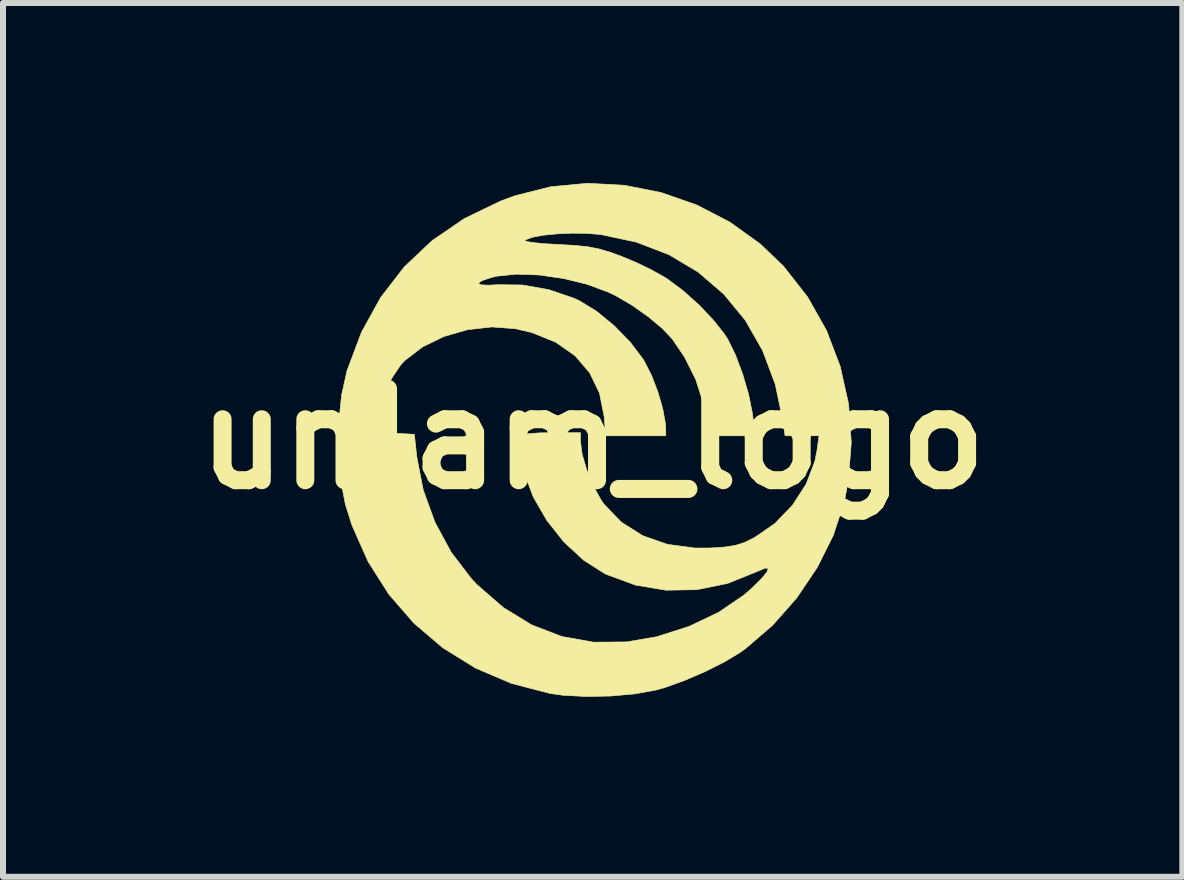
<source format=kicad_pcb>
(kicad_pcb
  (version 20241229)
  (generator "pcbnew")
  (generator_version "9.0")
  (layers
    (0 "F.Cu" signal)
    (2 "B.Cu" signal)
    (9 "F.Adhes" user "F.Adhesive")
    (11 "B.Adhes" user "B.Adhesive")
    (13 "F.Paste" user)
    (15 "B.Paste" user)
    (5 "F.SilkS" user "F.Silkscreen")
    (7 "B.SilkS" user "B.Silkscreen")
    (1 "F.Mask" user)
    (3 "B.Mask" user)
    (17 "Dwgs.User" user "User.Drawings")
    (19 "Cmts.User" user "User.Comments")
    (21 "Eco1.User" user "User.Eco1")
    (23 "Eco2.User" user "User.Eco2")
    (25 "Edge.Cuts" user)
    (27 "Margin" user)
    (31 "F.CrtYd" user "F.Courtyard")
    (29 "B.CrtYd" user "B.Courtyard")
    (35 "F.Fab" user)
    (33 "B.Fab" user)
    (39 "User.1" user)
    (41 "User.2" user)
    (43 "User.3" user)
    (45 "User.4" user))
  (footprint "unlam_logo"
    (layer "F.Cu")
    (at 6.829 4.265)
    (property "Reference" "unlam_logo" (at 0 0 0) (layer "F.SilkS") (effects (font (size 1.524 1.524) (thickness 0.3))))
    (attr through_hole)
    (fp_poly (pts (xy 0.535 -4.226) (xy 1.144 -4.105) (xy 1.731 -3.9) (xy 2.285 -3.614) (xy 2.792 -3.25) (xy 3.181 -2.878) (xy 3.582 -2.366) (xy 3.899 -1.804) (xy 4.127 -1.205) (xy 4.266 -0.579) (xy 4.311 0.063) (xy 4.26 0.709) (xy 4.191 1.062) (xy 4.011 1.609) (xy 3.743 2.145) (xy 3.402 2.651) (xy 3 3.107) (xy 2.552 3.493) (xy 2.454 3.563) (xy 2.194 3.72) (xy 1.874 3.88) (xy 1.533 4.027) (xy 1.211 4.143) (xy 1.052 4.188) (xy 0.705 4.251) (xy 0.304 4.287) (xy -0.11 4.295) (xy -0.496 4.274) (xy -0.711 4.244) (xy -1.356 4.076) (xy -1.953 3.821) (xy -2.497 3.484) (xy -2.981 3.071) (xy -3.399 2.589) (xy -3.745 2.043) (xy -4.013 1.439) (xy -4.122 1.092) (xy -4.202 0.68) (xy -4.239 0.215) (xy -4.233 -0.266) (xy -3.556 -0.266) (xy -3.552 -0.176) (xy -3.522 -0.127) (xy -3.443 -0.104) (xy -3.29 -0.093) (xy -3.264 -0.091) (xy -2.972 -0.076) (xy -2.931 0.305) (xy -2.824 0.853) (xy -2.629 1.39) (xy -2.358 1.891) (xy -2.02 2.333) (xy -1.931 2.428) (xy -1.488 2.813) (xy -1.015 3.102) (xy -0.513 3.295) (xy 0.014 3.389) (xy 0.564 3.385) (xy 1.07 3.298) (xy 1.61 3.125) (xy 2.1 2.891) (xy 2.522 2.604) (xy 2.643 2.499) (xy 2.812 2.333) (xy 2.907 2.218) (xy 2.927 2.158) (xy 2.871 2.155) (xy 2.74 2.212) (xy 2.25 2.41) (xy 1.74 2.514) (xy 1.223 2.523) (xy 0.714 2.438) (xy 0.225 2.258) (xy 0.203 2.248) (xy -0.15 2.023) (xy -0.478 1.72) (xy -0.764 1.36) (xy -0.992 0.965) (xy -1.144 0.557) (xy -1.183 0.383) (xy -1.215 0.175) (xy -1.216 0.037) (xy -1.171 -0.046) (xy -1.065 -0.086) (xy -0.883 -0.1) (xy -0.687 -0.102) (xy -0.203 -0.102) (xy -0.203 0.045) (xy -0.175 0.26) (xy -0.099 0.518) (xy 0.01 0.783) (xy 0.139 1.017) (xy 0.191 1.092) (xy 0.481 1.391) (xy 0.834 1.614) (xy 1.244 1.758) (xy 1.704 1.82) (xy 1.95 1.82) (xy 2.195 1.804) (xy 2.374 1.777) (xy 2.524 1.73) (xy 2.68 1.655) (xy 2.692 1.649) (xy 3.038 1.411) (xy 3.331 1.106) (xy 3.558 0.755) (xy 3.703 0.375) (xy 3.74 0.189) (xy 3.773 -0.051) (xy 3.207 -0.051) (xy 3.173 -0.292) (xy 3.043 -0.911) (xy 2.831 -1.475) (xy 2.544 -1.977) (xy 2.185 -2.413) (xy 1.759 -2.779) (xy 1.271 -3.07) (xy 0.725 -3.28) (xy 0.131 -3.406) (xy -0.097 -3.425) (xy -0.35 -3.428) (xy -0.603 -3.416) (xy -0.833 -3.393) (xy -1.014 -3.358) (xy -1.123 -3.316) (xy -1.132 -3.308) (xy -1.102 -3.29) (xy -0.988 -3.271) (xy -0.808 -3.253) (xy -0.581 -3.24) (xy -0.575 -3.24) (xy -0.291 -3.224) (xy -0.074 -3.201) (xy 0.113 -3.164) (xy 0.305 -3.106) (xy 0.483 -3.041) (xy 0.729 -2.938) (xy 0.981 -2.816) (xy 1.194 -2.698) (xy 1.244 -2.666) (xy 1.508 -2.469) (xy 1.772 -2.232) (xy 2.011 -1.981) (xy 2.199 -1.744) (xy 2.253 -1.659) (xy 2.382 -1.396) (xy 2.502 -1.074) (xy 2.601 -0.735) (xy 2.663 -0.422) (xy 2.67 -0.368) (xy 2.706 -0.051) (xy 1.88 -0.051) (xy 1.88 -0.27) (xy 1.837 -0.617) (xy 1.718 -0.99) (xy 1.53 -1.365) (xy 1.325 -1.667) (xy 1.158 -1.843) (xy 0.928 -2.035) (xy 0.664 -2.222) (xy 0.397 -2.379) (xy 0.276 -2.439) (xy -0.089 -2.575) (xy -0.487 -2.673) (xy -0.891 -2.731) (xy -1.271 -2.745) (xy -1.601 -2.711) (xy -1.687 -2.69) (xy -1.845 -2.637) (xy -1.905 -2.595) (xy -1.869 -2.568) (xy -1.741 -2.561) (xy -1.591 -2.569) (xy -1.172 -2.565) (xy -0.732 -2.487) (xy -0.31 -2.343) (xy -0.222 -2.302) (xy 0.063 -2.128) (xy 0.355 -1.889) (xy 0.624 -1.614) (xy 0.839 -1.33) (xy 0.862 -1.292) (xy 0.981 -1.058) (xy 1.087 -0.782) (xy 1.168 -0.502) (xy 1.212 -0.258) (xy 1.216 -0.191) (xy 1.219 -0.051) (xy 0.217 -0.051) (xy 0.192 -0.369) (xy 0.114 -0.761) (xy -0.05 -1.101) (xy -0.294 -1.386) (xy -0.617 -1.611) (xy -1.012 -1.771) (xy -1.287 -1.836) (xy -1.682 -1.865) (xy -2.088 -1.819) (xy -2.48 -1.706) (xy -2.835 -1.533) (xy -3.129 -1.308) (xy -3.198 -1.235) (xy -3.354 -1.003) (xy -3.475 -0.714) (xy -3.545 -0.416) (xy -3.556 -0.266) (xy -4.233 -0.266) (xy -4.233 -0.266) (xy -4.185 -0.728) (xy -4.096 -1.133) (xy -3.853 -1.778) (xy -3.534 -2.356) (xy -3.14 -2.866) (xy -2.675 -3.305) (xy -2.139 -3.672) (xy -1.534 -3.964) (xy -1.295 -4.052) (xy -0.698 -4.203) (xy -0.083 -4.26) (xy 0.535 -4.226)) (stroke (width 0.01) (type solid)) (fill yes) (layer "F.SilkS")))
  (gr_rect
    (start -3 -3)
    (end 16.658 11.565)
    (stroke (width 0.1) (type default))
    (fill no)
    (layer "Edge.Cuts")))
</source>
